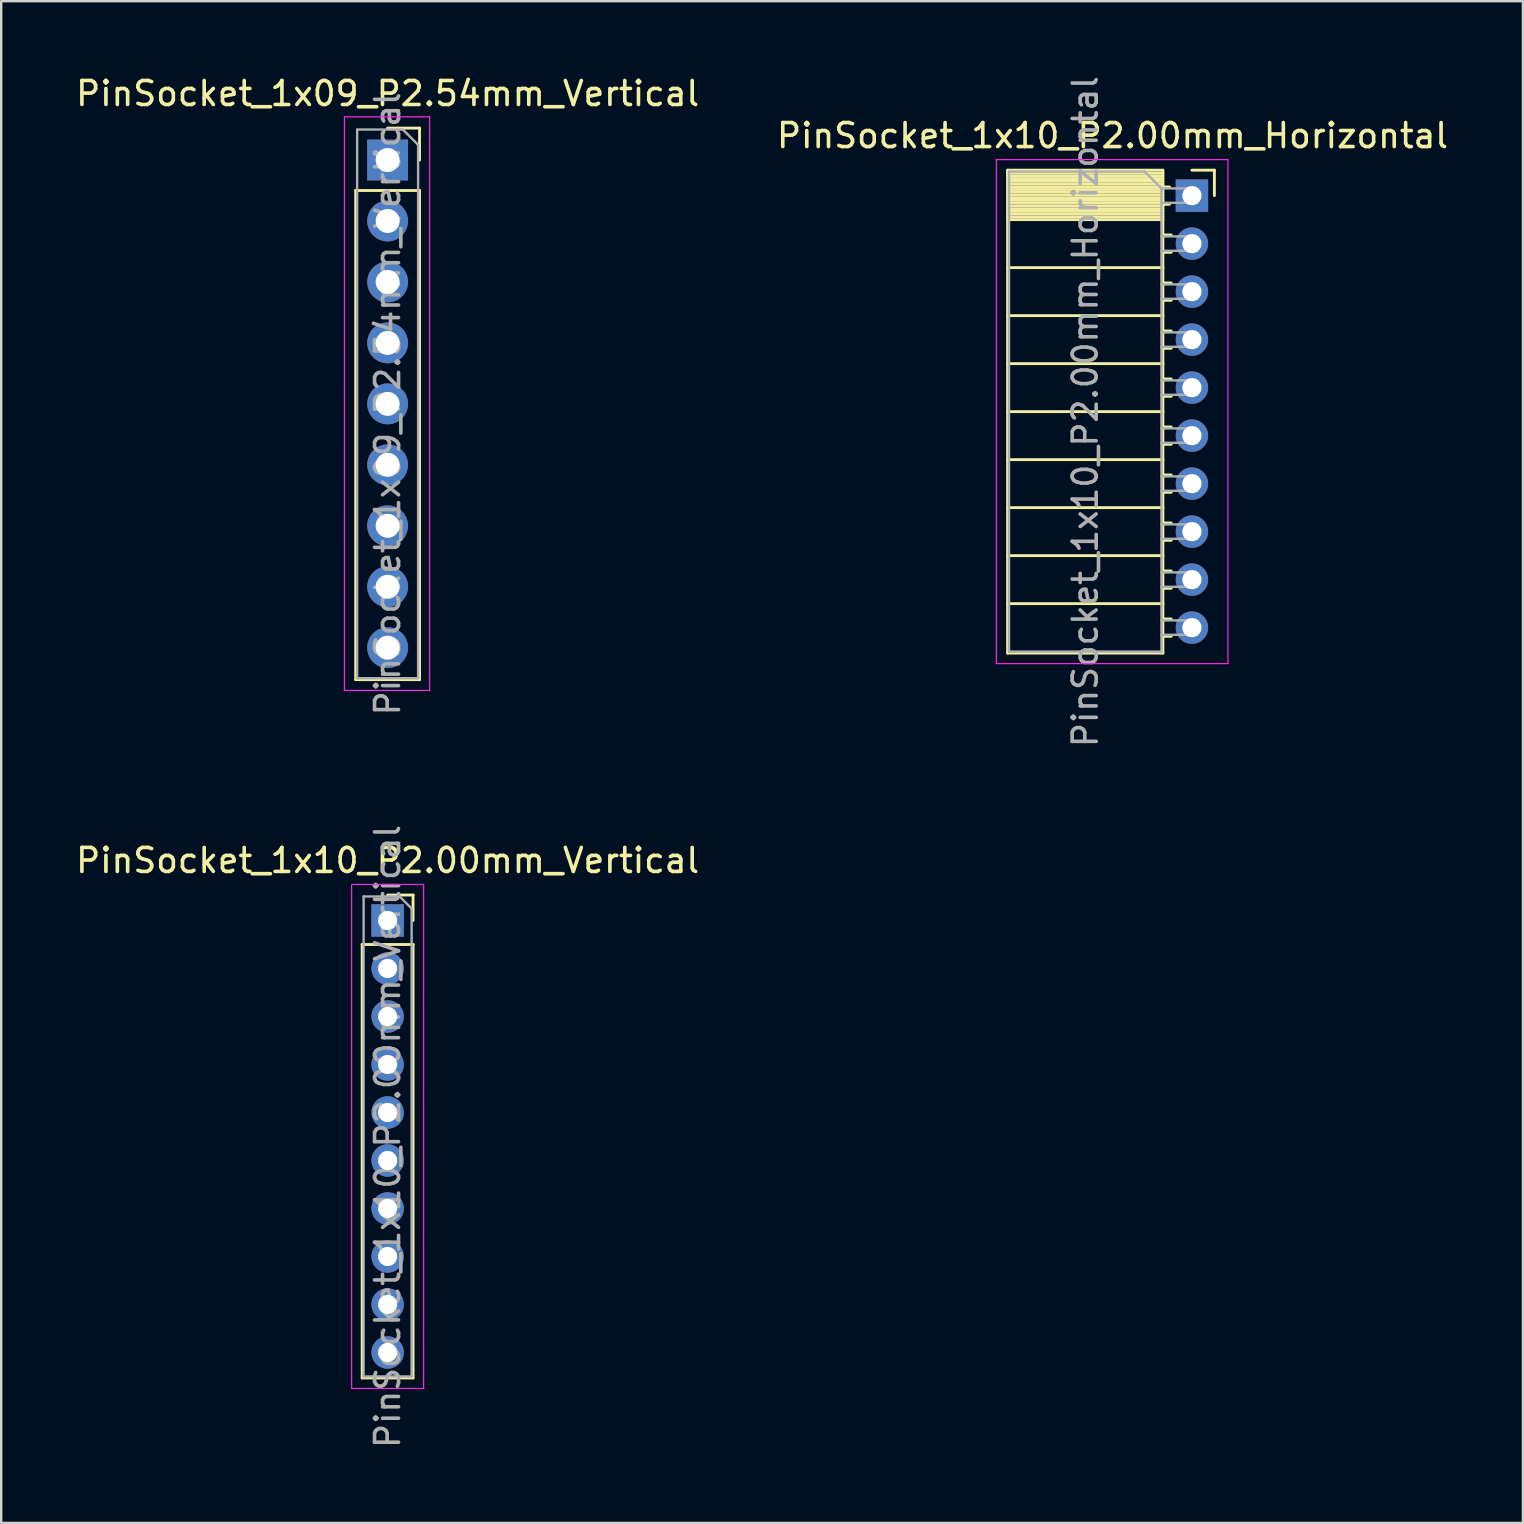
<source format=kicad_pcb>
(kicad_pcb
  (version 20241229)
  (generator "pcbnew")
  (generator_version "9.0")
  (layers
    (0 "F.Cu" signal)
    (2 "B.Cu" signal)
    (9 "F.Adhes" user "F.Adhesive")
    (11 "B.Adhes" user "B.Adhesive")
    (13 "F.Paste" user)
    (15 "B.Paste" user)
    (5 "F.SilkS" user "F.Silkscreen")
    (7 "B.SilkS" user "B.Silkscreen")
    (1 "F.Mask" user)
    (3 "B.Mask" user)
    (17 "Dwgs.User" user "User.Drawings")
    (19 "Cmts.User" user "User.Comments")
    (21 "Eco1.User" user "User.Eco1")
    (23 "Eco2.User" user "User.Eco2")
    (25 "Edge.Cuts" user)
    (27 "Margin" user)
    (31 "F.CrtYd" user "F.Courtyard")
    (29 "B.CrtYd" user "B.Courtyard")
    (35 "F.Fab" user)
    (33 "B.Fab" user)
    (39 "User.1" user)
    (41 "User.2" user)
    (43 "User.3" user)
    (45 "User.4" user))
  (footprint "PinSocket_1x10_P2.00mm_Vertical"
    (layer "F.Cu")
    (at 13.101 35.304)
    (property "Reference" "PinSocket_1x10_P2.00mm_Vertical" (at 0 -2.5 0) (layer "F.SilkS") (effects (font (size 1 1) (thickness 0.15))))
    (attr through_hole)
    (fp_line (start -1.06 1) (end -1.06 19.06) (stroke (width 0.12) (type solid)) (layer "F.SilkS"))
    (fp_line (start -1.06 1) (end 1.06 1) (stroke (width 0.12) (type solid)) (layer "F.SilkS"))
    (fp_line (start -1.06 19.06) (end 1.06 19.06) (stroke (width 0.12) (type solid)) (layer "F.SilkS"))
    (fp_line (start 0 -1.06) (end 1.06 -1.06) (stroke (width 0.12) (type solid)) (layer "F.SilkS"))
    (fp_line (start 1.06 -1.06) (end 1.06 0) (stroke (width 0.12) (type solid)) (layer "F.SilkS"))
    (fp_line (start 1.06 1) (end 1.06 19.06) (stroke (width 0.12) (type solid)) (layer "F.SilkS"))
    (fp_line (start -1.5 -1.5) (end 1.5 -1.5) (stroke (width 0.05) (type solid)) (layer "F.CrtYd"))
    (fp_line (start -1.5 19.5) (end -1.5 -1.5) (stroke (width 0.05) (type solid)) (layer "F.CrtYd"))
    (fp_line (start 1.5 -1.5) (end 1.5 19.5) (stroke (width 0.05) (type solid)) (layer "F.CrtYd"))
    (fp_line (start 1.5 19.5) (end -1.5 19.5) (stroke (width 0.05) (type solid)) (layer "F.CrtYd"))
    (fp_line (start -1 -1) (end 0.5 -1) (stroke (width 0.1) (type solid)) (layer "F.Fab"))
    (fp_line (start -1 19) (end -1 -1) (stroke (width 0.1) (type solid)) (layer "F.Fab"))
    (fp_line (start 0.5 -1) (end 1 -0.5) (stroke (width 0.1) (type solid)) (layer "F.Fab"))
    (fp_line (start 1 -0.5) (end 1 19) (stroke (width 0.1) (type solid)) (layer "F.Fab"))
    (fp_line (start 1 19) (end -1 19) (stroke (width 0.1) (type solid)) (layer "F.Fab"))
    (fp_text user "${REFERENCE}" (at 0 9 90) (layer "F.Fab") (effects (font (size 1 1) (thickness 0.15))))
    (pad "1" thru_hole rect (at 0 0) (size 1.35 1.35) (drill 0.8) (layers "*.Cu" "*.Mask"))
    (pad "2" thru_hole oval (at 0 2) (size 1.35 1.35) (drill 0.8) (layers "*.Cu" "*.Mask"))
    (pad "3" thru_hole oval (at 0 4) (size 1.35 1.35) (drill 0.8) (layers "*.Cu" "*.Mask"))
    (pad "4" thru_hole oval (at 0 6) (size 1.35 1.35) (drill 0.8) (layers "*.Cu" "*.Mask"))
    (pad "5" thru_hole oval (at 0 8) (size 1.35 1.35) (drill 0.8) (layers "*.Cu" "*.Mask"))
    (pad "6" thru_hole oval (at 0 10) (size 1.35 1.35) (drill 0.8) (layers "*.Cu" "*.Mask"))
    (pad "7" thru_hole oval (at 0 12) (size 1.35 1.35) (drill 0.8) (layers "*.Cu" "*.Mask"))
    (pad "8" thru_hole oval (at 0 14) (size 1.35 1.35) (drill 0.8) (layers "*.Cu" "*.Mask"))
    (pad "9" thru_hole oval (at 0 16) (size 1.35 1.35) (drill 0.8) (layers "*.Cu" "*.Mask"))
    (pad "10" thru_hole oval (at 0 18) (size 1.35 1.35) (drill 0.8) (layers "*.Cu" "*.Mask")))
  (footprint "PinSocket_1x10_P2.00mm_Horizontal"
    (layer "F.Cu")
    (at 46.614 5.101)
    (property "Reference" "PinSocket_1x10_P2.00mm_Horizontal" (at -3.31 -2.5 0) (layer "F.SilkS") (effects (font (size 1 1) (thickness 0.15))))
    (attr through_hole)
    (fp_line (start -7.68 -1.06) (end -7.68 19.06) (stroke (width 0.12) (type solid)) (layer "F.SilkS"))
    (fp_line (start -7.68 -1.06) (end -1.21 -1.06) (stroke (width 0.12) (type solid)) (layer "F.SilkS"))
    (fp_line (start -7.68 -0.94) (end -1.21 -0.94) (stroke (width 0.12) (type solid)) (layer "F.SilkS"))
    (fp_line (start -7.68 -0.826) (end -1.21 -0.826) (stroke (width 0.12) (type solid)) (layer "F.SilkS"))
    (fp_line (start -7.68 -0.712) (end -1.21 -0.712) (stroke (width 0.12) (type solid)) (layer "F.SilkS"))
    (fp_line (start -7.68 -0.598) (end -1.21 -0.598) (stroke (width 0.12) (type solid)) (layer "F.SilkS"))
    (fp_line (start -7.68 -0.484) (end -1.21 -0.484) (stroke (width 0.12) (type solid)) (layer "F.SilkS"))
    (fp_line (start -7.68 -0.369) (end -1.21 -0.369) (stroke (width 0.12) (type solid)) (layer "F.SilkS"))
    (fp_line (start -7.68 -0.255) (end -1.21 -0.255) (stroke (width 0.12) (type solid)) (layer "F.SilkS"))
    (fp_line (start -7.68 -0.141) (end -1.21 -0.141) (stroke (width 0.12) (type solid)) (layer "F.SilkS"))
    (fp_line (start -7.68 -0.027) (end -1.21 -0.027) (stroke (width 0.12) (type solid)) (layer "F.SilkS"))
    (fp_line (start -7.68 0.087) (end -1.21 0.087) (stroke (width 0.12) (type solid)) (layer "F.SilkS"))
    (fp_line (start -7.68 0.201) (end -1.21 0.201) (stroke (width 0.12) (type solid)) (layer "F.SilkS"))
    (fp_line (start -7.68 0.315) (end -1.21 0.315) (stroke (width 0.12) (type solid)) (layer "F.SilkS"))
    (fp_line (start -7.68 0.429) (end -1.21 0.429) (stroke (width 0.12) (type solid)) (layer "F.SilkS"))
    (fp_line (start -7.68 0.544) (end -1.21 0.544) (stroke (width 0.12) (type solid)) (layer "F.SilkS"))
    (fp_line (start -7.68 0.658) (end -1.21 0.658) (stroke (width 0.12) (type solid)) (layer "F.SilkS"))
    (fp_line (start -7.68 0.772) (end -1.21 0.772) (stroke (width 0.12) (type solid)) (layer "F.SilkS"))
    (fp_line (start -7.68 0.886) (end -1.21 0.886) (stroke (width 0.12) (type solid)) (layer "F.SilkS"))
    (fp_line (start -7.68 1) (end -1.21 1) (stroke (width 0.12) (type solid)) (layer "F.SilkS"))
    (fp_line (start -7.68 3) (end -1.21 3) (stroke (width 0.12) (type solid)) (layer "F.SilkS"))
    (fp_line (start -7.68 5) (end -1.21 5) (stroke (width 0.12) (type solid)) (layer "F.SilkS"))
    (fp_line (start -7.68 7) (end -1.21 7) (stroke (width 0.12) (type solid)) (layer "F.SilkS"))
    (fp_line (start -7.68 9) (end -1.21 9) (stroke (width 0.12) (type solid)) (layer "F.SilkS"))
    (fp_line (start -7.68 11) (end -1.21 11) (stroke (width 0.12) (type solid)) (layer "F.SilkS"))
    (fp_line (start -7.68 13) (end -1.21 13) (stroke (width 0.12) (type solid)) (layer "F.SilkS"))
    (fp_line (start -7.68 15) (end -1.21 15) (stroke (width 0.12) (type solid)) (layer "F.SilkS"))
    (fp_line (start -7.68 17) (end -1.21 17) (stroke (width 0.12) (type solid)) (layer "F.SilkS"))
    (fp_line (start -7.68 19.06) (end -1.21 19.06) (stroke (width 0.12) (type solid)) (layer "F.SilkS"))
    (fp_line (start -1.21 -1.06) (end -1.21 19.06) (stroke (width 0.12) (type solid)) (layer "F.SilkS"))
    (fp_line (start -1.21 -0.36) (end -0.935 -0.36) (stroke (width 0.12) (type solid)) (layer "F.SilkS"))
    (fp_line (start -1.21 0.36) (end -0.935 0.36) (stroke (width 0.12) (type solid)) (layer "F.SilkS"))
    (fp_line (start -1.21 1.64) (end -0.863 1.64) (stroke (width 0.12) (type solid)) (layer "F.SilkS"))
    (fp_line (start -1.21 2.36) (end -0.863 2.36) (stroke (width 0.12) (type solid)) (layer "F.SilkS"))
    (fp_line (start -1.21 3.64) (end -0.863 3.64) (stroke (width 0.12) (type solid)) (layer "F.SilkS"))
    (fp_line (start -1.21 4.36) (end -0.863 4.36) (stroke (width 0.12) (type solid)) (layer "F.SilkS"))
    (fp_line (start -1.21 5.64) (end -0.863 5.64) (stroke (width 0.12) (type solid)) (layer "F.SilkS"))
    (fp_line (start -1.21 6.36) (end -0.863 6.36) (stroke (width 0.12) (type solid)) (layer "F.SilkS"))
    (fp_line (start -1.21 7.64) (end -0.863 7.64) (stroke (width 0.12) (type solid)) (layer "F.SilkS"))
    (fp_line (start -1.21 8.36) (end -0.863 8.36) (stroke (width 0.12) (type solid)) (layer "F.SilkS"))
    (fp_line (start -1.21 9.64) (end -0.863 9.64) (stroke (width 0.12) (type solid)) (layer "F.SilkS"))
    (fp_line (start -1.21 10.36) (end -0.863 10.36) (stroke (width 0.12) (type solid)) (layer "F.SilkS"))
    (fp_line (start -1.21 11.64) (end -0.863 11.64) (stroke (width 0.12) (type solid)) (layer "F.SilkS"))
    (fp_line (start -1.21 12.36) (end -0.863 12.36) (stroke (width 0.12) (type solid)) (layer "F.SilkS"))
    (fp_line (start -1.21 13.64) (end -0.863 13.64) (stroke (width 0.12) (type solid)) (layer "F.SilkS"))
    (fp_line (start -1.21 14.36) (end -0.863 14.36) (stroke (width 0.12) (type solid)) (layer "F.SilkS"))
    (fp_line (start -1.21 15.64) (end -0.863 15.64) (stroke (width 0.12) (type solid)) (layer "F.SilkS"))
    (fp_line (start -1.21 16.36) (end -0.863 16.36) (stroke (width 0.12) (type solid)) (layer "F.SilkS"))
    (fp_line (start -1.21 17.64) (end -0.863 17.64) (stroke (width 0.12) (type solid)) (layer "F.SilkS"))
    (fp_line (start -1.21 18.36) (end -0.863 18.36) (stroke (width 0.12) (type solid)) (layer "F.SilkS"))
    (fp_line (start 0 -1.06) (end 0.935 -1.06) (stroke (width 0.12) (type solid)) (layer "F.SilkS"))
    (fp_line (start 0.935 -1.06) (end 0.935 0) (stroke (width 0.12) (type solid)) (layer "F.SilkS"))
    (fp_line (start -8.15 -1.5) (end -8.15 19.5) (stroke (width 0.05) (type solid)) (layer "F.CrtYd"))
    (fp_line (start -8.15 19.5) (end 1.5 19.5) (stroke (width 0.05) (type solid)) (layer "F.CrtYd"))
    (fp_line (start 1.5 -1.5) (end -8.15 -1.5) (stroke (width 0.05) (type solid)) (layer "F.CrtYd"))
    (fp_line (start 1.5 19.5) (end 1.5 -1.5) (stroke (width 0.05) (type solid)) (layer "F.CrtYd"))
    (fp_line (start -7.62 -1) (end -1.97 -1) (stroke (width 0.1) (type solid)) (layer "F.Fab"))
    (fp_line (start -7.62 19) (end -7.62 -1) (stroke (width 0.1) (type solid)) (layer "F.Fab"))
    (fp_line (start -1.97 -1) (end -1.27 -0.3) (stroke (width 0.1) (type solid)) (layer "F.Fab"))
    (fp_line (start -1.27 -0.3) (end -1.27 19) (stroke (width 0.1) (type solid)) (layer "F.Fab"))
    (fp_line (start -1.27 0.3) (end 0 0.3) (stroke (width 0.1) (type solid)) (layer "F.Fab"))
    (fp_line (start -1.27 2.3) (end 0 2.3) (stroke (width 0.1) (type solid)) (layer "F.Fab"))
    (fp_line (start -1.27 4.3) (end 0 4.3) (stroke (width 0.1) (type solid)) (layer "F.Fab"))
    (fp_line (start -1.27 6.3) (end 0 6.3) (stroke (width 0.1) (type solid)) (layer "F.Fab"))
    (fp_line (start -1.27 8.3) (end 0 8.3) (stroke (width 0.1) (type solid)) (layer "F.Fab"))
    (fp_line (start -1.27 10.3) (end 0 10.3) (stroke (width 0.1) (type solid)) (layer "F.Fab"))
    (fp_line (start -1.27 12.3) (end 0 12.3) (stroke (width 0.1) (type solid)) (layer "F.Fab"))
    (fp_line (start -1.27 14.3) (end 0 14.3) (stroke (width 0.1) (type solid)) (layer "F.Fab"))
    (fp_line (start -1.27 16.3) (end 0 16.3) (stroke (width 0.1) (type solid)) (layer "F.Fab"))
    (fp_line (start -1.27 18.3) (end 0 18.3) (stroke (width 0.1) (type solid)) (layer "F.Fab"))
    (fp_line (start -1.27 19) (end -7.62 19) (stroke (width 0.1) (type solid)) (layer "F.Fab"))
    (fp_line (start 0 -0.3) (end -1.27 -0.3) (stroke (width 0.1) (type solid)) (layer "F.Fab"))
    (fp_line (start 0 0.3) (end 0 -0.3) (stroke (width 0.1) (type solid)) (layer "F.Fab"))
    (fp_line (start 0 1.7) (end -1.27 1.7) (stroke (width 0.1) (type solid)) (layer "F.Fab"))
    (fp_line (start 0 2.3) (end 0 1.7) (stroke (width 0.1) (type solid)) (layer "F.Fab"))
    (fp_line (start 0 3.7) (end -1.27 3.7) (stroke (width 0.1) (type solid)) (layer "F.Fab"))
    (fp_line (start 0 4.3) (end 0 3.7) (stroke (width 0.1) (type solid)) (layer "F.Fab"))
    (fp_line (start 0 5.7) (end -1.27 5.7) (stroke (width 0.1) (type solid)) (layer "F.Fab"))
    (fp_line (start 0 6.3) (end 0 5.7) (stroke (width 0.1) (type solid)) (layer "F.Fab"))
    (fp_line (start 0 7.7) (end -1.27 7.7) (stroke (width 0.1) (type solid)) (layer "F.Fab"))
    (fp_line (start 0 8.3) (end 0 7.7) (stroke (width 0.1) (type solid)) (layer "F.Fab"))
    (fp_line (start 0 9.7) (end -1.27 9.7) (stroke (width 0.1) (type solid)) (layer "F.Fab"))
    (fp_line (start 0 10.3) (end 0 9.7) (stroke (width 0.1) (type solid)) (layer "F.Fab"))
    (fp_line (start 0 11.7) (end -1.27 11.7) (stroke (width 0.1) (type solid)) (layer "F.Fab"))
    (fp_line (start 0 12.3) (end 0 11.7) (stroke (width 0.1) (type solid)) (layer "F.Fab"))
    (fp_line (start 0 13.7) (end -1.27 13.7) (stroke (width 0.1) (type solid)) (layer "F.Fab"))
    (fp_line (start 0 14.3) (end 0 13.7) (stroke (width 0.1) (type solid)) (layer "F.Fab"))
    (fp_line (start 0 15.7) (end -1.27 15.7) (stroke (width 0.1) (type solid)) (layer "F.Fab"))
    (fp_line (start 0 16.3) (end 0 15.7) (stroke (width 0.1) (type solid)) (layer "F.Fab"))
    (fp_line (start 0 17.7) (end -1.27 17.7) (stroke (width 0.1) (type solid)) (layer "F.Fab"))
    (fp_line (start 0 18.3) (end 0 17.7) (stroke (width 0.1) (type solid)) (layer "F.Fab"))
    (fp_text user "${REFERENCE}" (at -4.445 9 90) (layer "F.Fab") (effects (font (size 1 1) (thickness 0.15))))
    (pad "1" thru_hole rect (at 0 0) (size 1.35 1.35) (drill 0.8) (layers "*.Cu" "*.Mask"))
    (pad "2" thru_hole oval (at 0 2) (size 1.35 1.35) (drill 0.8) (layers "*.Cu" "*.Mask"))
    (pad "3" thru_hole oval (at 0 4) (size 1.35 1.35) (drill 0.8) (layers "*.Cu" "*.Mask"))
    (pad "4" thru_hole oval (at 0 6) (size 1.35 1.35) (drill 0.8) (layers "*.Cu" "*.Mask"))
    (pad "5" thru_hole oval (at 0 8) (size 1.35 1.35) (drill 0.8) (layers "*.Cu" "*.Mask"))
    (pad "6" thru_hole oval (at 0 10) (size 1.35 1.35) (drill 0.8) (layers "*.Cu" "*.Mask"))
    (pad "7" thru_hole oval (at 0 12) (size 1.35 1.35) (drill 0.8) (layers "*.Cu" "*.Mask"))
    (pad "8" thru_hole oval (at 0 14) (size 1.35 1.35) (drill 0.8) (layers "*.Cu" "*.Mask"))
    (pad "9" thru_hole oval (at 0 16) (size 1.35 1.35) (drill 0.8) (layers "*.Cu" "*.Mask"))
    (pad "10" thru_hole oval (at 0 18) (size 1.35 1.35) (drill 0.8) (layers "*.Cu" "*.Mask")))
  (footprint "PinSocket_1x09_P2.54mm_Vertical"
    (layer "F.Cu")
    (at 13.101 3.618)
    (property "Reference" "PinSocket_1x09_P2.54mm_Vertical" (at 0 -2.77 0) (layer "F.SilkS") (effects (font (size 1 1) (thickness 0.15))))
    (attr through_hole)
    (fp_line (start -1.33 1.27) (end -1.33 21.65) (stroke (width 0.12) (type solid)) (layer "F.SilkS"))
    (fp_line (start -1.33 1.27) (end 1.33 1.27) (stroke (width 0.12) (type solid)) (layer "F.SilkS"))
    (fp_line (start -1.33 21.65) (end 1.33 21.65) (stroke (width 0.12) (type solid)) (layer "F.SilkS"))
    (fp_line (start 0 -1.33) (end 1.33 -1.33) (stroke (width 0.12) (type solid)) (layer "F.SilkS"))
    (fp_line (start 1.33 -1.33) (end 1.33 0) (stroke (width 0.12) (type solid)) (layer "F.SilkS"))
    (fp_line (start 1.33 1.27) (end 1.33 21.65) (stroke (width 0.12) (type solid)) (layer "F.SilkS"))
    (fp_line (start -1.8 -1.8) (end 1.75 -1.8) (stroke (width 0.05) (type solid)) (layer "F.CrtYd"))
    (fp_line (start -1.8 22.1) (end -1.8 -1.8) (stroke (width 0.05) (type solid)) (layer "F.CrtYd"))
    (fp_line (start 1.75 -1.8) (end 1.75 22.1) (stroke (width 0.05) (type solid)) (layer "F.CrtYd"))
    (fp_line (start 1.75 22.1) (end -1.8 22.1) (stroke (width 0.05) (type solid)) (layer "F.CrtYd"))
    (fp_line (start -1.27 -1.27) (end 0.635 -1.27) (stroke (width 0.1) (type solid)) (layer "F.Fab"))
    (fp_line (start -1.27 21.59) (end -1.27 -1.27) (stroke (width 0.1) (type solid)) (layer "F.Fab"))
    (fp_line (start 0.635 -1.27) (end 1.27 -0.635) (stroke (width 0.1) (type solid)) (layer "F.Fab"))
    (fp_line (start 1.27 -0.635) (end 1.27 21.59) (stroke (width 0.1) (type solid)) (layer "F.Fab"))
    (fp_line (start 1.27 21.59) (end -1.27 21.59) (stroke (width 0.1) (type solid)) (layer "F.Fab"))
    (fp_text user "${REFERENCE}" (at 0 10.16 90) (layer "F.Fab") (effects (font (size 1 1) (thickness 0.15))))
    (pad "1" thru_hole rect (at 0 0) (size 1.7 1.7) (drill 1) (layers "*.Cu" "*.Mask"))
    (pad "2" thru_hole oval (at 0 2.54) (size 1.7 1.7) (drill 1) (layers "*.Cu" "*.Mask"))
    (pad "3" thru_hole oval (at 0 5.08) (size 1.7 1.7) (drill 1) (layers "*.Cu" "*.Mask"))
    (pad "4" thru_hole oval (at 0 7.62) (size 1.7 1.7) (drill 1) (layers "*.Cu" "*.Mask"))
    (pad "5" thru_hole oval (at 0 10.16) (size 1.7 1.7) (drill 1) (layers "*.Cu" "*.Mask"))
    (pad "6" thru_hole oval (at 0 12.7) (size 1.7 1.7) (drill 1) (layers "*.Cu" "*.Mask"))
    (pad "7" thru_hole oval (at 0 15.24) (size 1.7 1.7) (drill 1) (layers "*.Cu" "*.Mask"))
    (pad "8" thru_hole oval (at 0 17.78) (size 1.7 1.7) (drill 1) (layers "*.Cu" "*.Mask"))
    (pad "9" thru_hole oval (at 0 20.32) (size 1.7 1.7) (drill 1) (layers "*.Cu" "*.Mask")))
  (gr_rect
    (start -3 -3)
    (end 60.405 60.405)
    (stroke (width 0.1) (type default))
    (fill no)
    (layer "Edge.Cuts")))
</source>
